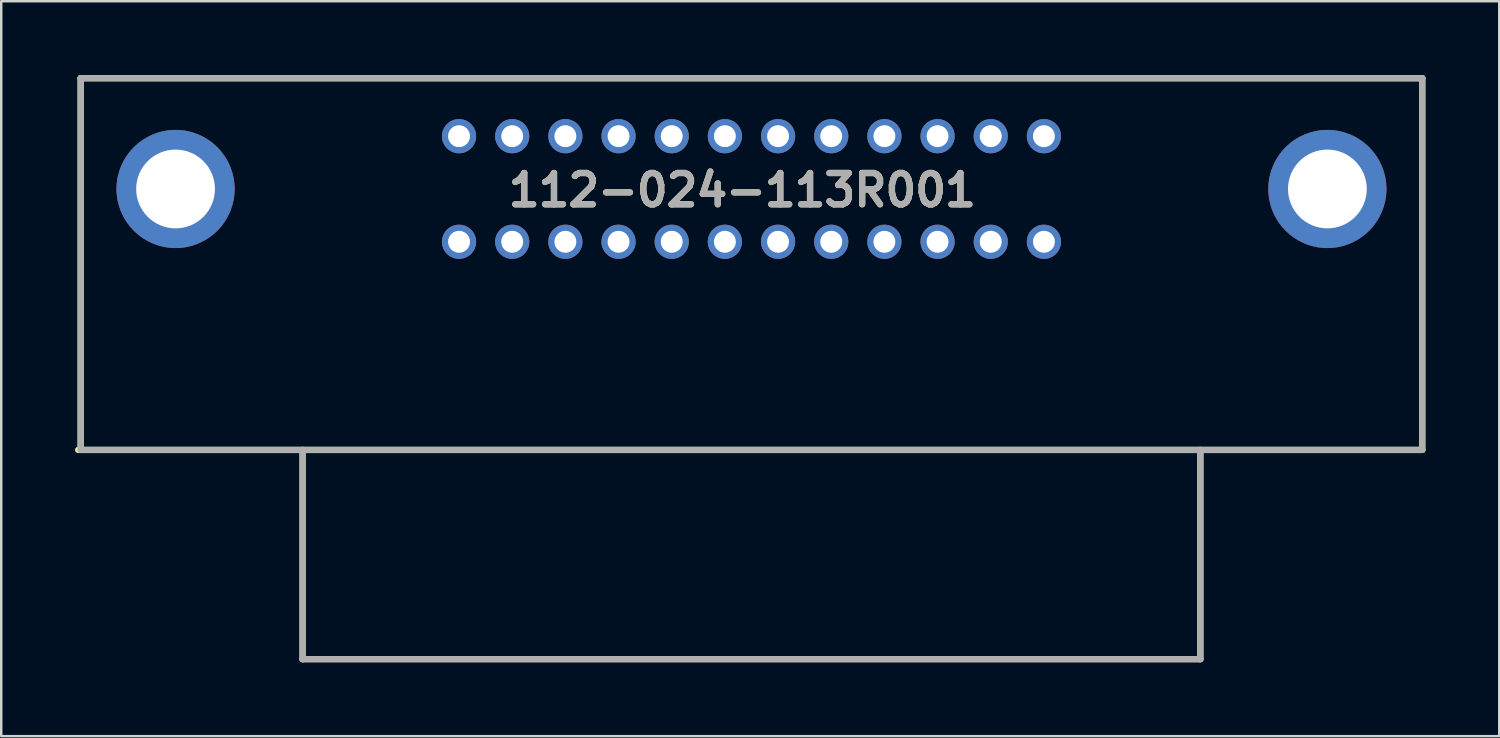
<source format=kicad_pcb>
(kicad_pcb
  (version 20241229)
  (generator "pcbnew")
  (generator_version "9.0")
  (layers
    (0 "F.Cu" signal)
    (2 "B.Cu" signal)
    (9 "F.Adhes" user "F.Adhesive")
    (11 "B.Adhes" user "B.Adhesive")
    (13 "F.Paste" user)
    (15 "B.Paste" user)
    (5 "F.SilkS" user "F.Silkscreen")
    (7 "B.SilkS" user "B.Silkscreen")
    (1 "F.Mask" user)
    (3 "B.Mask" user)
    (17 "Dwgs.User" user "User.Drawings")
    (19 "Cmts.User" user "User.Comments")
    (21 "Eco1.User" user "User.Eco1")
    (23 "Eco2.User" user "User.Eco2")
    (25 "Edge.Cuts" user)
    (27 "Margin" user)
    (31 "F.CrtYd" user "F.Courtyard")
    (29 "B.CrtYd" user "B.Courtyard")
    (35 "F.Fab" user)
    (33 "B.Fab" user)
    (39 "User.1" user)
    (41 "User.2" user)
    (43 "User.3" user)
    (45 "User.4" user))
  (footprint "112-024-113R001"
    (layer "F.Cu")
    (at 27.477 15.227)
    (property "Reference" "112-024-113R001" (at -0.372 -10.553 0) (layer "F.SilkS") (effects (font (size 1.27 1.27) (thickness 0.254))))
    (attr through_hole)
    (fp_line (start -27.25 -15.1) (end 27.25 -15.1) (stroke (width 0.254) (type solid)) (layer "F.SilkS"))
    (fp_line (start -27.25 0) (end -27.25 -15.1) (stroke (width 0.254) (type solid)) (layer "F.SilkS"))
    (fp_line (start -18.235 0) (end -18.235 8.5) (stroke (width 0.254) (type solid)) (layer "F.SilkS"))
    (fp_line (start -18.235 8.5) (end 18.235 8.5) (stroke (width 0.254) (type solid)) (layer "F.SilkS"))
    (fp_line (start 18.235 8.5) (end 18.235 0) (stroke (width 0.254) (type solid)) (layer "F.SilkS"))
    (fp_line (start 27.25 -15.1) (end 27.25 0) (stroke (width 0.254) (type solid)) (layer "F.SilkS"))
    (fp_line (start 27.25 0) (end -27.35 0) (stroke (width 0.254) (type solid)) (layer "F.SilkS"))
    (fp_line (start -27.25 -15.1) (end 27.25 -15.1) (stroke (width 0.254) (type solid)) (layer "F.Fab"))
    (fp_line (start -27.25 0) (end -27.25 -15.1) (stroke (width 0.254) (type solid)) (layer "F.Fab"))
    (fp_line (start -18.235 0) (end -18.235 8.5) (stroke (width 0.254) (type solid)) (layer "F.Fab"))
    (fp_line (start -18.235 8.5) (end 18.235 8.5) (stroke (width 0.254) (type solid)) (layer "F.Fab"))
    (fp_line (start 18.235 8.5) (end 18.235 0) (stroke (width 0.254) (type solid)) (layer "F.Fab"))
    (fp_line (start 27.25 -15.1) (end 27.25 0) (stroke (width 0.254) (type solid)) (layer "F.Fab"))
    (fp_line (start 27.25 0) (end -27.25 0) (stroke (width 0.254) (type solid)) (layer "F.Fab"))
    (fp_text user "${REFERENCE}" (at -0.372 -10.553 0) (layer "F.Fab") (effects (font (size 1.27 1.27) (thickness 0.254))))
    (pad "1" thru_hole circle (at 11.88 -12.745) (size 1.39 1.39) (drill 0.89) (layers "*.Cu" "*.Mask"))
    (pad "2" thru_hole circle (at 9.72 -12.745) (size 1.39 1.39) (drill 0.89) (layers "*.Cu" "*.Mask"))
    (pad "3" thru_hole circle (at 7.56 -12.745) (size 1.39 1.39) (drill 0.89) (layers "*.Cu" "*.Mask"))
    (pad "4" thru_hole circle (at 5.4 -12.745) (size 1.39 1.39) (drill 0.89) (layers "*.Cu" "*.Mask"))
    (pad "5" thru_hole circle (at 3.24 -12.745) (size 1.39 1.39) (drill 0.89) (layers "*.Cu" "*.Mask"))
    (pad "6" thru_hole circle (at 1.08 -12.745) (size 1.39 1.39) (drill 0.89) (layers "*.Cu" "*.Mask"))
    (pad "7" thru_hole circle (at -1.08 -12.745) (size 1.39 1.39) (drill 0.89) (layers "*.Cu" "*.Mask"))
    (pad "8" thru_hole circle (at -3.24 -12.745) (size 1.39 1.39) (drill 0.89) (layers "*.Cu" "*.Mask"))
    (pad "9" thru_hole circle (at -5.4 -12.745) (size 1.39 1.39) (drill 0.89) (layers "*.Cu" "*.Mask"))
    (pad "10" thru_hole circle (at -7.56 -12.745) (size 1.39 1.39) (drill 0.89) (layers "*.Cu" "*.Mask"))
    (pad "11" thru_hole circle (at -9.72 -12.745) (size 1.39 1.39) (drill 0.89) (layers "*.Cu" "*.Mask"))
    (pad "12" thru_hole circle (at -11.88 -12.745) (size 1.39 1.39) (drill 0.89) (layers "*.Cu" "*.Mask"))
    (pad "13" thru_hole circle (at 11.88 -8.455) (size 1.39 1.39) (drill 0.89) (layers "*.Cu" "*.Mask"))
    (pad "14" thru_hole circle (at 9.72 -8.455) (size 1.39 1.39) (drill 0.89) (layers "*.Cu" "*.Mask"))
    (pad "15" thru_hole circle (at 7.56 -8.455) (size 1.39 1.39) (drill 0.89) (layers "*.Cu" "*.Mask"))
    (pad "16" thru_hole circle (at 5.4 -8.455) (size 1.39 1.39) (drill 0.89) (layers "*.Cu" "*.Mask"))
    (pad "17" thru_hole circle (at 3.24 -8.455) (size 1.39 1.39) (drill 0.89) (layers "*.Cu" "*.Mask"))
    (pad "18" thru_hole circle (at 1.08 -8.455) (size 1.39 1.39) (drill 0.89) (layers "*.Cu" "*.Mask"))
    (pad "19" thru_hole circle (at -1.08 -8.455) (size 1.39 1.39) (drill 0.89) (layers "*.Cu" "*.Mask"))
    (pad "20" thru_hole circle (at -3.24 -8.455) (size 1.39 1.39) (drill 0.89) (layers "*.Cu" "*.Mask"))
    (pad "21" thru_hole circle (at -5.4 -8.455) (size 1.39 1.39) (drill 0.89) (layers "*.Cu" "*.Mask"))
    (pad "22" thru_hole circle (at -7.56 -8.455) (size 1.39 1.39) (drill 0.89) (layers "*.Cu" "*.Mask"))
    (pad "23" thru_hole circle (at -9.72 -8.455) (size 1.39 1.39) (drill 0.89) (layers "*.Cu" "*.Mask"))
    (pad "24" thru_hole circle (at -11.88 -8.455) (size 1.39 1.39) (drill 0.89) (layers "*.Cu" "*.Mask"))
    (pad "25" thru_hole circle (at -23.395 -10.6) (size 4.8 4.8) (drill 3.2) (layers "*.Cu" "*.Mask"))
    (pad "26" thru_hole circle (at 23.395 -10.6) (size 4.8 4.8) (drill 3.2) (layers "*.Cu" "*.Mask")))
  (gr_rect
    (start -3 -3)
    (end 57.854 26.854)
    (stroke (width 0.1) (type default))
    (fill no)
    (layer "Edge.Cuts")))
</source>
